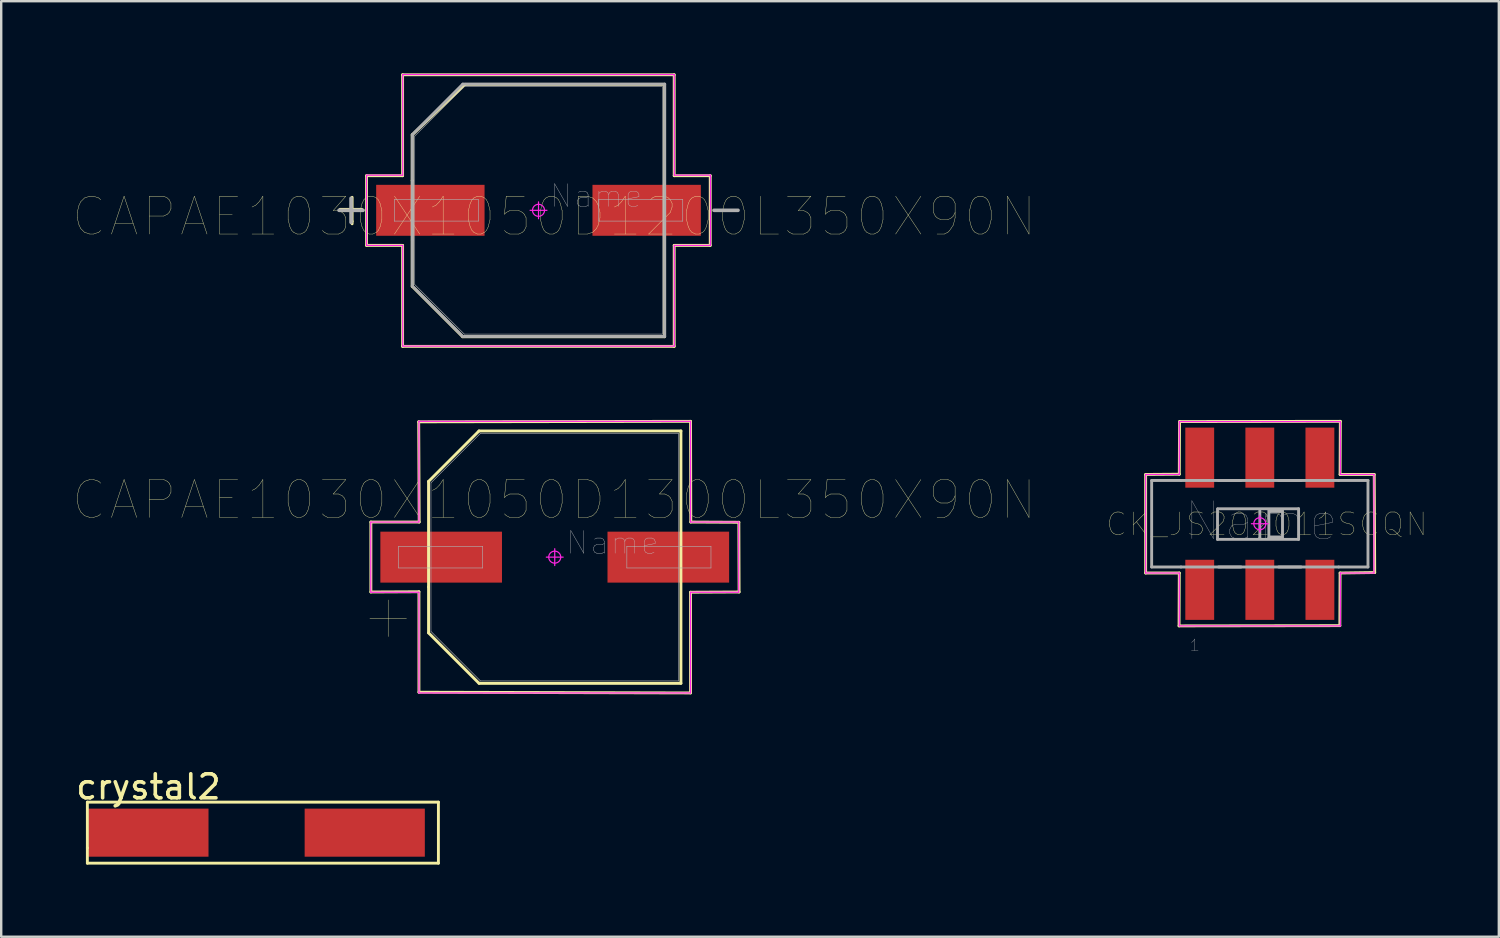
<source format=kicad_pcb>
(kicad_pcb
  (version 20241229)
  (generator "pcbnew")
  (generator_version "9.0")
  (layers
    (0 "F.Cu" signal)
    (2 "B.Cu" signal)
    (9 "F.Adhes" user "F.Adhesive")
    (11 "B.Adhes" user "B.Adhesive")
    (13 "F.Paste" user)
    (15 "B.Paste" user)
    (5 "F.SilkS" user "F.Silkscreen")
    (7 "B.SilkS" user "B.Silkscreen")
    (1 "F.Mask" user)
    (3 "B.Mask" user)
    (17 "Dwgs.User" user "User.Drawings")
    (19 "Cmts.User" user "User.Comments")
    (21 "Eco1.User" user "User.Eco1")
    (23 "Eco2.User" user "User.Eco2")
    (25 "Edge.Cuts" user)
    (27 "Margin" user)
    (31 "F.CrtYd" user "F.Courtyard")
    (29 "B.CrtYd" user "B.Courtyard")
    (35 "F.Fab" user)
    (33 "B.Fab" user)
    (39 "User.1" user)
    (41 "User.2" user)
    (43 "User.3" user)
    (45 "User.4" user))
  (footprint "CAPAE1030X1050D1200L350X90N"
    (layer "F.Cu")
    (at 19.355 5.7)
    (property "Reference" "CAPAE1030X1050D1200L350X90N" (at 0.645 0.26 0) (layer "F.SilkS") (effects (font (size 1.575 1.575) (thickness 0.015))))
    (fp_line (start -8.255 -0.04) (end -7.355 -0.04) (stroke (width 0.12) (type solid)) (layer "F.SilkS"))
    (fp_line (start -7.755 -0.54) (end -7.755 0.46) (stroke (width 0.12) (type solid)) (layer "F.SilkS"))
    (fp_line (start -7.755 0.46) (end -7.755 0.56) (stroke (width 0.12) (type solid)) (layer "F.SilkS"))
    (fp_line (start -7.155 -1.44) (end -5.655 -1.44) (stroke (width 0.12) (type solid)) (layer "F.SilkS"))
    (fp_line (start -7.155 1.46) (end -7.155 -1.44) (stroke (width 0.12) (type solid)) (layer "F.SilkS"))
    (fp_line (start -5.655 -5.64) (end 5.645 -5.64) (stroke (width 0.12) (type solid)) (layer "F.SilkS"))
    (fp_line (start -5.655 -1.44) (end -5.655 -5.64) (stroke (width 0.12) (type solid)) (layer "F.SilkS"))
    (fp_line (start -5.655 1.46) (end -7.155 1.46) (stroke (width 0.12) (type solid)) (layer "F.SilkS"))
    (fp_line (start -5.655 5.66) (end -5.655 1.46) (stroke (width 0.12) (type solid)) (layer "F.SilkS"))
    (fp_line (start -5.255 -3.14) (end -3.055 -5.24) (stroke (width 0.12) (type solid)) (layer "F.SilkS"))
    (fp_line (start -5.255 -1.24) (end -5.255 -3.14) (stroke (width 0.12) (type solid)) (layer "F.SilkS"))
    (fp_line (start -5.255 3.16) (end -5.255 -1.24) (stroke (width 0.12) (type solid)) (layer "F.SilkS"))
    (fp_line (start -3.155 5.26) (end -5.255 3.16) (stroke (width 0.12) (type solid)) (layer "F.SilkS"))
    (fp_line (start -3.055 -5.24) (end 5.245 -5.24) (stroke (width 0.12) (type solid)) (layer "F.SilkS"))
    (fp_line (start 5.245 -5.24) (end 5.245 -1.04) (stroke (width 0.12) (type solid)) (layer "F.SilkS"))
    (fp_line (start 5.245 -1.04) (end 5.245 5.26) (stroke (width 0.12) (type solid)) (layer "F.SilkS"))
    (fp_line (start 5.245 5.26) (end -3.155 5.26) (stroke (width 0.12) (type solid)) (layer "F.SilkS"))
    (fp_line (start 5.645 -5.64) (end 5.645 -1.44) (stroke (width 0.12) (type solid)) (layer "F.SilkS"))
    (fp_line (start 5.645 -1.44) (end 7.145 -1.44) (stroke (width 0.12) (type solid)) (layer "F.SilkS"))
    (fp_line (start 5.645 1.46) (end 5.645 5.66) (stroke (width 0.12) (type solid)) (layer "F.SilkS"))
    (fp_line (start 5.645 5.66) (end -5.655 5.66) (stroke (width 0.12) (type solid)) (layer "F.SilkS"))
    (fp_line (start 7.145 -1.44) (end 7.145 1.46) (stroke (width 0.12) (type solid)) (layer "F.SilkS"))
    (fp_line (start 7.145 1.46) (end 5.645 1.46) (stroke (width 0.12) (type solid)) (layer "F.SilkS"))
    (fp_line (start -7.155 -1.46) (end -7.155 1.46) (stroke (width 0.05) (type solid)) (layer "F.CrtYd"))
    (fp_line (start -7.155 1.46) (end -5.65 1.46) (stroke (width 0.05) (type solid)) (layer "F.CrtYd"))
    (fp_line (start -5.65 -5.65) (end -5.65 -1.46) (stroke (width 0.05) (type solid)) (layer "F.CrtYd"))
    (fp_line (start -5.65 -1.46) (end -7.155 -1.46) (stroke (width 0.05) (type solid)) (layer "F.CrtYd"))
    (fp_line (start -5.65 1.46) (end -5.65 5.65) (stroke (width 0.05) (type solid)) (layer "F.CrtYd"))
    (fp_line (start -5.65 5.65) (end 5.65 5.65) (stroke (width 0.05) (type solid)) (layer "F.CrtYd"))
    (fp_line (start 0 -0.35) (end 0 0.35) (stroke (width 0.05) (type solid)) (layer "F.CrtYd"))
    (fp_line (start 0.35 0) (end -0.35 0) (stroke (width 0.05) (type solid)) (layer "F.CrtYd"))
    (fp_line (start 5.65 -5.65) (end -5.65 -5.65) (stroke (width 0.05) (type solid)) (layer "F.CrtYd"))
    (fp_line (start 5.65 -1.46) (end 5.65 -5.65) (stroke (width 0.05) (type solid)) (layer "F.CrtYd"))
    (fp_line (start 5.65 1.46) (end 7.155 1.46) (stroke (width 0.05) (type solid)) (layer "F.CrtYd"))
    (fp_line (start 5.65 5.65) (end 5.65 1.46) (stroke (width 0.05) (type solid)) (layer "F.CrtYd"))
    (fp_line (start 7.155 -1.46) (end 5.65 -1.46) (stroke (width 0.05) (type solid)) (layer "F.CrtYd"))
    (fp_line (start 7.155 1.46) (end 7.155 -1.46) (stroke (width 0.05) (type solid)) (layer "F.CrtYd"))
    (fp_circle (center 0 0) (end 0.25 0) (stroke (width 0.05) (type solid)) (fill no) (layer "F.CrtYd"))
    (fp_line (start -7.8 -0.5) (end -7.8 0.5) (stroke (width 0.15) (type solid)) (layer "F.Fab"))
    (fp_line (start -7.3 0) (end -8.3 0) (stroke (width 0.15) (type solid)) (layer "F.Fab"))
    (fp_line (start -6 -0.45) (end -2.5 -0.45) (stroke (width 0.025) (type solid)) (layer "F.Fab"))
    (fp_line (start -6 0.45) (end -6 -0.45) (stroke (width 0.025) (type solid)) (layer "F.Fab"))
    (fp_line (start -5.25 1.24) (end -5.25 -3.15) (stroke (width 0.12) (type solid)) (layer "F.Fab"))
    (fp_line (start -5.25 3.15) (end -5.25 1.24) (stroke (width 0.12) (type solid)) (layer "F.Fab"))
    (fp_line (start -5.15 -3.09) (end -3.09 -5.15) (stroke (width 0.025) (type solid)) (layer "F.Fab"))
    (fp_line (start -5.15 3.09) (end -5.15 -3.09) (stroke (width 0.025) (type solid)) (layer "F.Fab"))
    (fp_line (start -3.15 -5.25) (end -5.25 -3.15) (stroke (width 0.12) (type solid)) (layer "F.Fab"))
    (fp_line (start -3.15 5.25) (end -5.25 3.15) (stroke (width 0.12) (type solid)) (layer "F.Fab"))
    (fp_line (start -3.09 -5.15) (end 5.15 -5.15) (stroke (width 0.025) (type solid)) (layer "F.Fab"))
    (fp_line (start -3.09 5.15) (end -5.15 3.09) (stroke (width 0.025) (type solid)) (layer "F.Fab"))
    (fp_line (start -2.5 -0.45) (end -2.5 0.45) (stroke (width 0.025) (type solid)) (layer "F.Fab"))
    (fp_line (start -2.5 0.45) (end -6 0.45) (stroke (width 0.025) (type solid)) (layer "F.Fab"))
    (fp_line (start 2.5 -0.45) (end 6 -0.45) (stroke (width 0.025) (type solid)) (layer "F.Fab"))
    (fp_line (start 2.5 0.45) (end 2.5 -0.45) (stroke (width 0.025) (type solid)) (layer "F.Fab"))
    (fp_line (start 5.15 -5.15) (end 5.15 5.15) (stroke (width 0.025) (type solid)) (layer "F.Fab"))
    (fp_line (start 5.15 5.15) (end -3.09 5.15) (stroke (width 0.025) (type solid)) (layer "F.Fab"))
    (fp_line (start 5.25 -5.25) (end -3.15 -5.25) (stroke (width 0.12) (type solid)) (layer "F.Fab"))
    (fp_line (start 5.25 -5.25) (end 5.25 5.25) (stroke (width 0.12) (type solid)) (layer "F.Fab"))
    (fp_line (start 5.25 5.25) (end -3.15 5.25) (stroke (width 0.12) (type solid)) (layer "F.Fab"))
    (fp_line (start 6 -0.45) (end 6 0.45) (stroke (width 0.025) (type solid)) (layer "F.Fab"))
    (fp_line (start 6 0.45) (end 2.5 0.45) (stroke (width 0.025) (type solid)) (layer "F.Fab"))
    (fp_line (start 7.3 0) (end 8.3 0) (stroke (width 0.15) (type solid)) (layer "F.Fab"))
    (fp_text user "Name" (at 2.4 -0.6 0) (layer "Dwgs.User") (effects (font (size 0.945 0.945) (thickness 0.015))))
    (pad "1" smd rect (at -4.5 0) (size 4.51 2.12) (layers "F.Cu" "F.Mask" "F.Paste"))
    (pad "2" smd rect (at 4.5 0) (size 4.51 2.12) (layers "F.Cu" "F.Mask" "F.Paste")))
  (footprint "CAPAE1030X1050D1300L350X90N"
    (layer "F.Cu")
    (at 20.03 20.13)
    (property "Reference" "CAPAE1030X1050D1300L350X90N" (at -0.03 -2.38 0) (layer "F.SilkS") (effects (font (size 1.575 1.575) (thickness 0.015))))
    (fp_line (start -7.65 -1.46) (end -5.64 -1.46) (stroke (width 0.12) (type solid)) (layer "F.SilkS"))
    (fp_line (start -7.65 1.45) (end -7.65 -1.46) (stroke (width 0.12) (type solid)) (layer "F.SilkS"))
    (fp_line (start -5.66 -5.63) (end 5.65 -5.65) (stroke (width 0.12) (type solid)) (layer "F.SilkS"))
    (fp_line (start -5.65 1.44) (end -7.65 1.45) (stroke (width 0.12) (type solid)) (layer "F.SilkS"))
    (fp_line (start -5.65 5.62) (end -5.65 1.44) (stroke (width 0.12) (type solid)) (layer "F.SilkS"))
    (fp_line (start -5.64 -1.46) (end -5.66 -5.63) (stroke (width 0.12) (type solid)) (layer "F.SilkS"))
    (fp_line (start -5.25 1.24) (end -5.25 -3.15) (stroke (width 0.12) (type solid)) (layer "F.SilkS"))
    (fp_line (start -5.25 3.15) (end -5.25 1.24) (stroke (width 0.12) (type solid)) (layer "F.SilkS"))
    (fp_line (start -3.15 -5.25) (end -5.25 -3.15) (stroke (width 0.12) (type solid)) (layer "F.SilkS"))
    (fp_line (start -3.15 5.25) (end -5.25 3.15) (stroke (width 0.12) (type solid)) (layer "F.SilkS"))
    (fp_line (start 5.25 -5.25) (end -3.15 -5.25) (stroke (width 0.12) (type solid)) (layer "F.SilkS"))
    (fp_line (start 5.25 -5.25) (end 5.25 5.25) (stroke (width 0.12) (type solid)) (layer "F.SilkS"))
    (fp_line (start 5.25 5.25) (end -3.15 5.25) (stroke (width 0.12) (type solid)) (layer "F.SilkS"))
    (fp_line (start 5.65 -5.65) (end 5.66 -1.46) (stroke (width 0.12) (type solid)) (layer "F.SilkS"))
    (fp_line (start 5.65 1.46) (end 5.65 5.65) (stroke (width 0.12) (type solid)) (layer "F.SilkS"))
    (fp_line (start 5.65 5.65) (end -5.65 5.62) (stroke (width 0.12) (type solid)) (layer "F.SilkS"))
    (fp_line (start 5.66 -1.46) (end 7.66 -1.45) (stroke (width 0.12) (type solid)) (layer "F.SilkS"))
    (fp_line (start 7.66 -1.45) (end 7.67 1.45) (stroke (width 0.12) (type solid)) (layer "F.SilkS"))
    (fp_line (start 7.67 1.45) (end 5.65 1.46) (stroke (width 0.12) (type solid)) (layer "F.SilkS"))
    (fp_line (start -7.655 -1.46) (end -7.655 1.46) (stroke (width 0.05) (type solid)) (layer "F.CrtYd"))
    (fp_line (start -7.655 1.46) (end -5.65 1.46) (stroke (width 0.05) (type solid)) (layer "F.CrtYd"))
    (fp_line (start -5.65 -5.65) (end -5.65 -1.46) (stroke (width 0.05) (type solid)) (layer "F.CrtYd"))
    (fp_line (start -5.65 -1.46) (end -7.655 -1.46) (stroke (width 0.05) (type solid)) (layer "F.CrtYd"))
    (fp_line (start -5.65 1.46) (end -5.65 5.65) (stroke (width 0.05) (type solid)) (layer "F.CrtYd"))
    (fp_line (start -5.65 5.65) (end 5.65 5.65) (stroke (width 0.05) (type solid)) (layer "F.CrtYd"))
    (fp_line (start 0 -0.35) (end 0 0.35) (stroke (width 0.05) (type solid)) (layer "F.CrtYd"))
    (fp_line (start 0.35 0) (end -0.35 0) (stroke (width 0.05) (type solid)) (layer "F.CrtYd"))
    (fp_line (start 5.65 -5.65) (end -5.65 -5.65) (stroke (width 0.05) (type solid)) (layer "F.CrtYd"))
    (fp_line (start 5.65 -1.46) (end 5.65 -5.65) (stroke (width 0.05) (type solid)) (layer "F.CrtYd"))
    (fp_line (start 5.65 1.46) (end 7.655 1.46) (stroke (width 0.05) (type solid)) (layer "F.CrtYd"))
    (fp_line (start 5.65 5.65) (end 5.65 1.46) (stroke (width 0.05) (type solid)) (layer "F.CrtYd"))
    (fp_line (start 7.655 -1.46) (end 5.65 -1.46) (stroke (width 0.05) (type solid)) (layer "F.CrtYd"))
    (fp_line (start 7.655 1.46) (end 7.655 -1.46) (stroke (width 0.05) (type solid)) (layer "F.CrtYd"))
    (fp_circle (center 0 0) (end 0.25 0) (stroke (width 0.05) (type solid)) (fill no) (layer "F.CrtYd"))
    (fp_line (start -6.5 -0.45) (end -3 -0.45) (stroke (width 0.025) (type solid)) (layer "F.Fab"))
    (fp_line (start -6.5 0.45) (end -6.5 -0.45) (stroke (width 0.025) (type solid)) (layer "F.Fab"))
    (fp_line (start -5.15 -3.09) (end -3.09 -5.15) (stroke (width 0.025) (type solid)) (layer "F.Fab"))
    (fp_line (start -5.15 3.09) (end -5.15 -3.09) (stroke (width 0.025) (type solid)) (layer "F.Fab"))
    (fp_line (start -3.09 -5.15) (end 5.15 -5.15) (stroke (width 0.025) (type solid)) (layer "F.Fab"))
    (fp_line (start -3.09 5.15) (end -5.15 3.09) (stroke (width 0.025) (type solid)) (layer "F.Fab"))
    (fp_line (start -3 -0.45) (end -3 0.45) (stroke (width 0.025) (type solid)) (layer "F.Fab"))
    (fp_line (start -3 0.45) (end -6.5 0.45) (stroke (width 0.025) (type solid)) (layer "F.Fab"))
    (fp_line (start 3 -0.45) (end 6.5 -0.45) (stroke (width 0.025) (type solid)) (layer "F.Fab"))
    (fp_line (start 3 0.45) (end 3 -0.45) (stroke (width 0.025) (type solid)) (layer "F.Fab"))
    (fp_line (start 5.15 -5.15) (end 5.15 5.15) (stroke (width 0.025) (type solid)) (layer "F.Fab"))
    (fp_line (start 5.15 5.15) (end -3.09 5.15) (stroke (width 0.025) (type solid)) (layer "F.Fab"))
    (fp_line (start 6.5 -0.45) (end 6.5 0.45) (stroke (width 0.025) (type solid)) (layer "F.Fab"))
    (fp_line (start 6.5 0.45) (end 3 0.45) (stroke (width 0.025) (type solid)) (layer "F.Fab"))
    (fp_text user "+" (at -6.93 2.38 0) (layer "F.SilkS") (effects (font (size 2 2) (thickness 0.015))))
    (fp_text user "Name" (at 2.4 -0.6 0) (layer "Dwgs.User") (effects (font (size 0.945 0.945) (thickness 0.015))))
    (pad "1" smd rect (at -4.725 0) (size 5.06 2.12) (layers "F.Cu" "F.Mask" "F.Paste"))
    (pad "2" smd rect (at 4.725 0) (size 5.06 2.12) (layers "F.Cu" "F.Mask" "F.Paste")))
  (footprint "CK_JS202011SCQN"
    (layer "F.Cu")
    (at 49.365 18.74)
    (property "Reference" "CK_JS202011SCQN" (at 0.29 0.02 0) (layer "F.SilkS") (effects (font (size 0.945 0.945) (thickness 0.015))))
    (fp_line (start -4.75 -2.05) (end -3.35 -2.06) (stroke (width 0.12) (type solid)) (layer "F.SilkS"))
    (fp_line (start -4.75 2.05) (end -4.75 -2.05) (stroke (width 0.12) (type solid)) (layer "F.SilkS"))
    (fp_line (start -3.36 4.25) (end -3.35 2.05) (stroke (width 0.12) (type solid)) (layer "F.SilkS"))
    (fp_line (start -3.35 -2.06) (end -3.34 -4.25) (stroke (width 0.12) (type solid)) (layer "F.SilkS"))
    (fp_line (start -3.35 2.05) (end -4.75 2.05) (stroke (width 0.12) (type solid)) (layer "F.SilkS"))
    (fp_line (start -3.34 -4.25) (end 3.35 -4.26) (stroke (width 0.12) (type solid)) (layer "F.SilkS"))
    (fp_line (start 3.33 4.24) (end -3.36 4.25) (stroke (width 0.12) (type solid)) (layer "F.SilkS"))
    (fp_line (start 3.34 -2.05) (end 4.76 -2.05) (stroke (width 0.12) (type solid)) (layer "F.SilkS"))
    (fp_line (start 3.34 2.05) (end 3.33 4.24) (stroke (width 0.12) (type solid)) (layer "F.SilkS"))
    (fp_line (start 3.35 -4.26) (end 3.34 -2.05) (stroke (width 0.12) (type solid)) (layer "F.SilkS"))
    (fp_line (start 4.76 -2.05) (end 4.78 2.03) (stroke (width 0.12) (type solid)) (layer "F.SilkS"))
    (fp_line (start 4.78 2.03) (end 3.34 2.05) (stroke (width 0.12) (type solid)) (layer "F.SilkS"))
    (fp_line (start -4.75 -2.05) (end -4.75 2.05) (stroke (width 0.05) (type solid)) (layer "F.CrtYd"))
    (fp_line (start -4.75 2.05) (end -3.35 2.05) (stroke (width 0.05) (type solid)) (layer "F.CrtYd"))
    (fp_line (start -3.35 -4.25) (end -3.35 -2.05) (stroke (width 0.05) (type solid)) (layer "F.CrtYd"))
    (fp_line (start -3.35 -2.05) (end -4.75 -2.05) (stroke (width 0.05) (type solid)) (layer "F.CrtYd"))
    (fp_line (start -3.35 2.05) (end -3.35 4.25) (stroke (width 0.05) (type solid)) (layer "F.CrtYd"))
    (fp_line (start -3.35 4.25) (end 3.35 4.25) (stroke (width 0.05) (type solid)) (layer "F.CrtYd"))
    (fp_line (start 0 -0.35) (end 0 0.35) (stroke (width 0.05) (type solid)) (layer "F.CrtYd"))
    (fp_line (start 0.35 0) (end -0.35 0) (stroke (width 0.05) (type solid)) (layer "F.CrtYd"))
    (fp_line (start 3.35 -4.25) (end -3.35 -4.25) (stroke (width 0.05) (type solid)) (layer "F.CrtYd"))
    (fp_line (start 3.35 -2.05) (end 3.35 -4.25) (stroke (width 0.05) (type solid)) (layer "F.CrtYd"))
    (fp_line (start 3.35 2.05) (end 4.75 2.05) (stroke (width 0.05) (type solid)) (layer "F.CrtYd"))
    (fp_line (start 3.35 4.25) (end 3.35 2.05) (stroke (width 0.05) (type solid)) (layer "F.CrtYd"))
    (fp_line (start 4.75 -2.05) (end 3.35 -2.05) (stroke (width 0.05) (type solid)) (layer "F.CrtYd"))
    (fp_line (start 4.75 2.05) (end 4.75 -2.05) (stroke (width 0.05) (type solid)) (layer "F.CrtYd"))
    (fp_circle (center 0 0) (end 0.25 0) (stroke (width 0.05) (type solid)) (fill no) (layer "F.CrtYd"))
    (fp_line (start -4.5 -1.8) (end -3.28 -1.8) (stroke (width 0.12) (type solid)) (layer "F.Fab"))
    (fp_line (start -4.5 1.8) (end -4.5 -1.8) (stroke (width 0.12) (type solid)) (layer "F.Fab"))
    (fp_line (start -3.28 -1.8) (end -1.72 -1.8) (stroke (width 0.025) (type solid)) (layer "F.Fab"))
    (fp_line (start -3.28 -1.8) (end 3.28 -1.8) (stroke (width 0.12) (type solid)) (layer "F.Fab"))
    (fp_line (start -3.28 1.8) (end -4.5 1.8) (stroke (width 0.12) (type solid)) (layer "F.Fab"))
    (fp_line (start -1.76 -0.614) (end -1.76 0.651) (stroke (width 0.12) (type solid)) (layer "F.Fab"))
    (fp_line (start -1.76 0.651) (end 1.613 0.651) (stroke (width 0.12) (type solid)) (layer "F.Fab"))
    (fp_line (start -1.72 -1.8) (end -0.78 -1.8) (stroke (width 0.12) (type solid)) (layer "F.Fab"))
    (fp_line (start -1.72 1.8) (end -3.28 1.8) (stroke (width 0.025) (type solid)) (layer "F.Fab"))
    (fp_line (start -1.72 1.8) (end -0.78 1.8) (stroke (width 0.12) (type solid)) (layer "F.Fab"))
    (fp_line (start -0.78 -1.8) (end 0.78 -1.8) (stroke (width 0.025) (type solid)) (layer "F.Fab"))
    (fp_line (start 0 -0.55) (end 0 0.605) (stroke (width 0.12) (type solid)) (layer "F.Fab"))
    (fp_line (start 0 0.605) (end -0.009 0.605) (stroke (width 0.12) (type solid)) (layer "F.Fab"))
    (fp_line (start 0.376 -0.577) (end 0.376 0.587) (stroke (width 0.12) (type solid)) (layer "F.Fab"))
    (fp_line (start 0.376 0.587) (end 0.394 0.587) (stroke (width 0.12) (type solid)) (layer "F.Fab"))
    (fp_line (start 0.402 -0.513) (end 0.879 -0.513) (stroke (width 0.12) (type solid)) (layer "F.Fab"))
    (fp_line (start 0.402 -0.504) (end 0.402 -0.513) (stroke (width 0.12) (type solid)) (layer "F.Fab"))
    (fp_line (start 0.411 0.552) (end 0.888 0.552) (stroke (width 0.12) (type solid)) (layer "F.Fab"))
    (fp_line (start 0.78 -1.8) (end 1.72 -1.8) (stroke (width 0.12) (type solid)) (layer "F.Fab"))
    (fp_line (start 0.78 1.8) (end -0.78 1.8) (stroke (width 0.025) (type solid)) (layer "F.Fab"))
    (fp_line (start 0.78 1.8) (end 1.72 1.8) (stroke (width 0.12) (type solid)) (layer "F.Fab"))
    (fp_line (start 0.944 -0.55) (end 0.944 0.614) (stroke (width 0.12) (type solid)) (layer "F.Fab"))
    (fp_line (start 1.613 -0.623) (end -1.751 -0.623) (stroke (width 0.12) (type solid)) (layer "F.Fab"))
    (fp_line (start 1.613 0.651) (end 1.613 -0.623) (stroke (width 0.12) (type solid)) (layer "F.Fab"))
    (fp_line (start 1.72 -1.8) (end 3.28 -1.8) (stroke (width 0.025) (type solid)) (layer "F.Fab"))
    (fp_line (start 3.28 -1.8) (end 4.5 -1.8) (stroke (width 0.12) (type solid)) (layer "F.Fab"))
    (fp_line (start 3.28 1.8) (end -3.28 1.8) (stroke (width 0.12) (type solid)) (layer "F.Fab"))
    (fp_line (start 3.28 1.8) (end 1.72 1.8) (stroke (width 0.025) (type solid)) (layer "F.Fab"))
    (fp_line (start 4.5 -1.8) (end 4.5 1.8) (stroke (width 0.12) (type solid)) (layer "F.Fab"))
    (fp_line (start 4.5 1.8) (end 3.28 1.8) (stroke (width 0.12) (type solid)) (layer "F.Fab"))
    (fp_text user "1" (at -2.707 5.056 0) (layer "F.Fab") (effects (font (size 0.48 0.48) (thickness 0.015))))
    (fp_text user "Name" (at 0.06 -0.11 0) (layer "F.Fab") (effects (font (size 1.575 1.575) (thickness 0.015))))
    (pad "1" smd rect (at -2.5 2.75) (size 1.2 2.5) (layers "F.Cu" "F.Mask" "F.Paste"))
    (pad "2" smd rect (at 0 2.75) (size 1.2 2.5) (layers "F.Cu" "F.Mask" "F.Paste"))
    (pad "3" smd rect (at 2.5 2.75) (size 1.2 2.5) (layers "F.Cu" "F.Mask" "F.Paste"))
    (pad "4" smd rect (at 2.5 -2.75) (size 1.2 2.5) (layers "F.Cu" "F.Mask" "F.Paste"))
    (pad "5" smd rect (at 0 -2.75) (size 1.2 2.5) (layers "F.Cu" "F.Mask" "F.Paste"))
    (pad "6" smd rect (at -2.5 -2.75) (size 1.2 2.5) (layers "F.Cu" "F.Mask" "F.Paste")))
  (footprint "crystal2"
    (layer "F.Cu")
    (at 3.125 31.593)
    (property "Reference" "crystal2" (at 0 -1.905 0) (layer "F.SilkS") (effects (font (size 1 1) (thickness 0.15))))
    (attr through_hole)
    (fp_line (start -2.54 -1.27) (end 12.065 -1.27) (stroke (width 0.12) (type solid)) (layer "F.SilkS"))
    (fp_line (start -2.54 0.635) (end -2.54 -1.27) (stroke (width 0.12) (type solid)) (layer "F.SilkS"))
    (fp_line (start -2.54 1.27) (end -2.54 0.635) (stroke (width 0.12) (type solid)) (layer "F.SilkS"))
    (fp_line (start 12.065 -1.27) (end 12.065 1.27) (stroke (width 0.12) (type solid)) (layer "F.SilkS"))
    (fp_line (start 12.065 1.27) (end -2.54 1.27) (stroke (width 0.12) (type solid)) (layer "F.SilkS"))
    (pad "1" smd rect (at 0 0) (size 5 2) (layers "F.Cu" "F.Mask" "F.Paste"))
    (pad "2" smd rect (at 9 0) (size 5 2) (layers "F.Cu" "F.Mask" "F.Paste")))
  (gr_rect
    (start -3 -3)
    (end 59.309 35.923)
    (stroke (width 0.1) (type default))
    (fill no)
    (layer "Edge.Cuts")))
</source>
